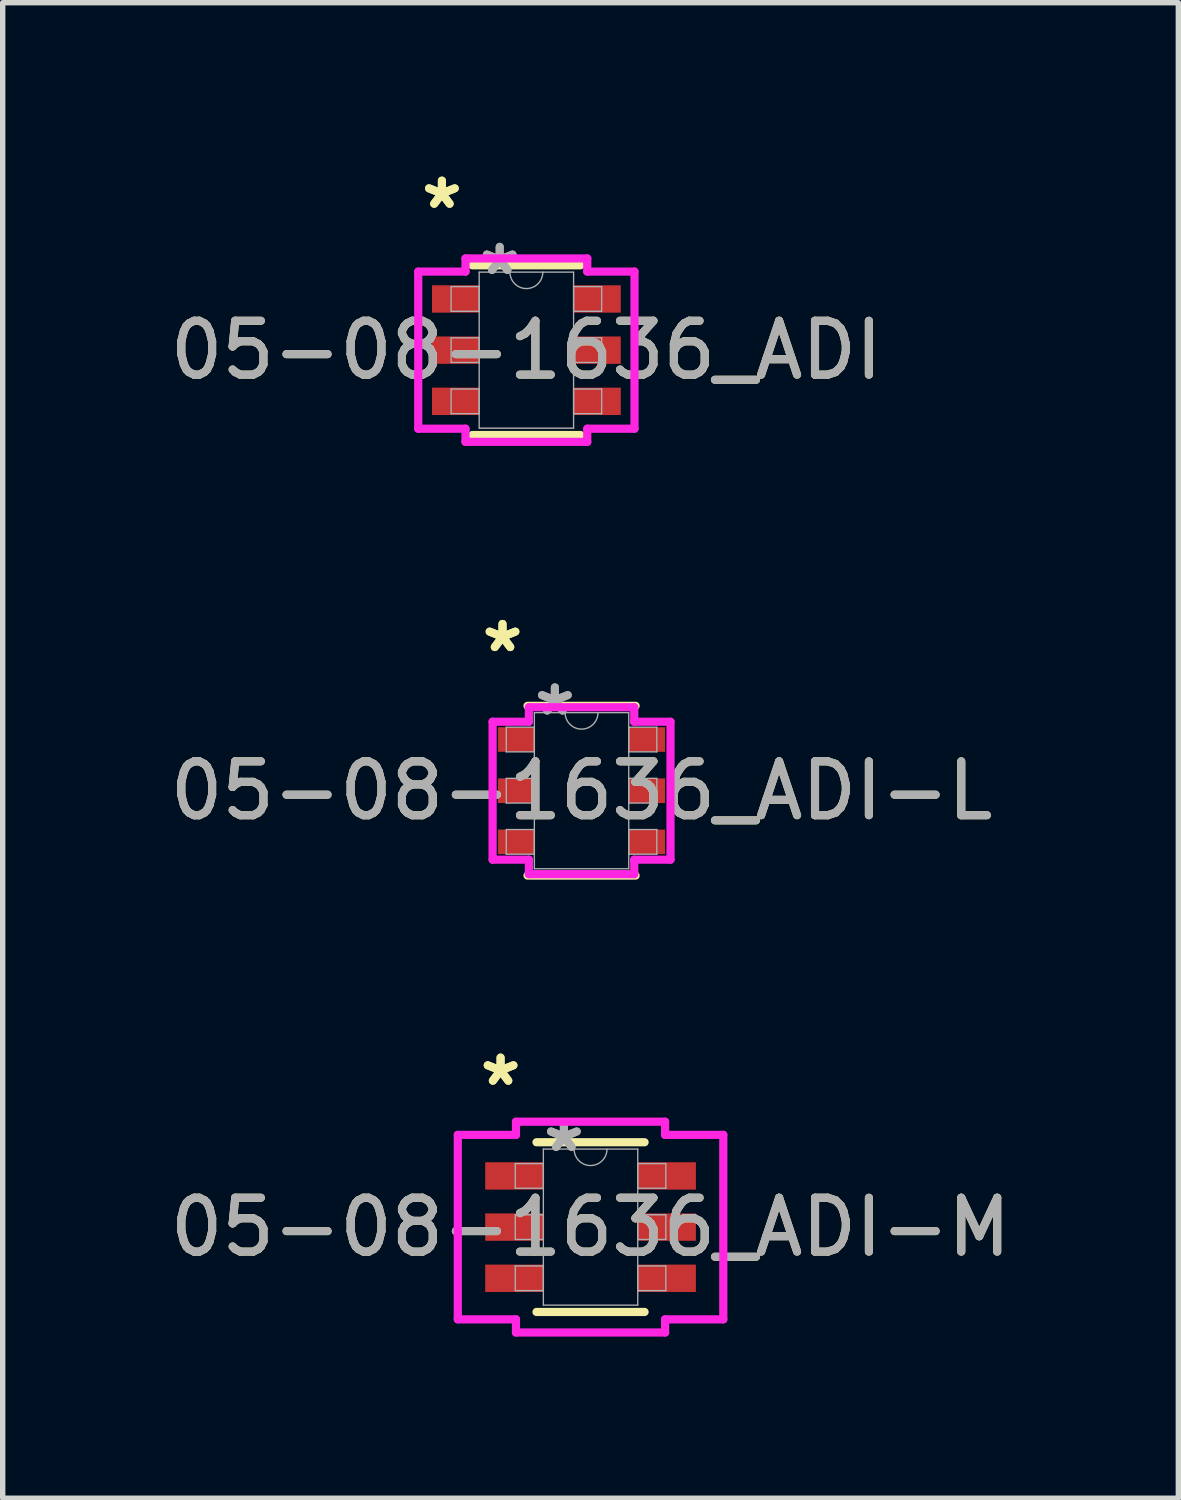
<source format=kicad_pcb>
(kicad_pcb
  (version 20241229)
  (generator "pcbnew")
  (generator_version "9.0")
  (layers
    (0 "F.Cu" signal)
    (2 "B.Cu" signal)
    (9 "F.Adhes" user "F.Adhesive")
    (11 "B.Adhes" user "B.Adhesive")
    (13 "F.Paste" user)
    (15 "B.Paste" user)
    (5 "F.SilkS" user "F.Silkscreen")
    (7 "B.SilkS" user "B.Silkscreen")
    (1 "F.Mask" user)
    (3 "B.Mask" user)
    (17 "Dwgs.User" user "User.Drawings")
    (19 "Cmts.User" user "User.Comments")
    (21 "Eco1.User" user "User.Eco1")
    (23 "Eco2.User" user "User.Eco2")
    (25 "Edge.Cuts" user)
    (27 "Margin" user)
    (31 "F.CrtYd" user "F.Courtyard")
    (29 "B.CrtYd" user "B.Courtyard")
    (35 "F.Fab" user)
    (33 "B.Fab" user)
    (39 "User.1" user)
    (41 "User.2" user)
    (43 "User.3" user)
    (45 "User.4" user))
  (footprint "05-08-1636_ADI-L"
    (layer "F.Cu")
    (at 7.744 11.626)
    (property "Reference" "05-08-1636_ADI-L" (at 0 0 0) (unlocked yes) (layer "F.SilkS") (effects (font (size 1 1) (thickness 0.15))))
    (attr smd)
    (fp_line (start -1.003 1.575) (end 1.003 1.575) (stroke (width 0.152) (type solid)) (layer "F.SilkS"))
    (fp_line (start 1.003 -1.575) (end -1.003 -1.575) (stroke (width 0.152) (type solid)) (layer "F.SilkS"))
    (fp_line (start -1.651 -1.28) (end -0.978 -1.28) (stroke (width 0.152) (type solid)) (layer "F.CrtYd"))
    (fp_line (start -1.651 1.28) (end -1.651 -1.28) (stroke (width 0.152) (type solid)) (layer "F.CrtYd"))
    (fp_line (start -1.651 1.28) (end -0.978 1.28) (stroke (width 0.152) (type solid)) (layer "F.CrtYd"))
    (fp_line (start -0.978 -1.549) (end 0.978 -1.549) (stroke (width 0.152) (type solid)) (layer "F.CrtYd"))
    (fp_line (start -0.978 -1.28) (end -0.978 -1.549) (stroke (width 0.152) (type solid)) (layer "F.CrtYd"))
    (fp_line (start -0.978 1.549) (end -0.978 1.28) (stroke (width 0.152) (type solid)) (layer "F.CrtYd"))
    (fp_line (start 0.978 -1.549) (end 0.978 -1.28) (stroke (width 0.152) (type solid)) (layer "F.CrtYd"))
    (fp_line (start 0.978 1.28) (end 0.978 1.549) (stroke (width 0.152) (type solid)) (layer "F.CrtYd"))
    (fp_line (start 0.978 1.549) (end -0.978 1.549) (stroke (width 0.152) (type solid)) (layer "F.CrtYd"))
    (fp_line (start 1.651 -1.28) (end 0.978 -1.28) (stroke (width 0.152) (type solid)) (layer "F.CrtYd"))
    (fp_line (start 1.651 -1.28) (end 1.651 1.28) (stroke (width 0.152) (type solid)) (layer "F.CrtYd"))
    (fp_line (start 1.651 1.28) (end 0.978 1.28) (stroke (width 0.152) (type solid)) (layer "F.CrtYd"))
    (fp_line (start -1.397 -1.179) (end -1.397 -0.721) (stroke (width 0.025) (type solid)) (layer "F.Fab"))
    (fp_line (start -1.397 -0.721) (end -0.876 -0.721) (stroke (width 0.025) (type solid)) (layer "F.Fab"))
    (fp_line (start -1.397 -0.229) (end -1.397 0.229) (stroke (width 0.025) (type solid)) (layer "F.Fab"))
    (fp_line (start -1.397 0.229) (end -0.876 0.229) (stroke (width 0.025) (type solid)) (layer "F.Fab"))
    (fp_line (start -1.397 0.721) (end -1.397 1.179) (stroke (width 0.025) (type solid)) (layer "F.Fab"))
    (fp_line (start -1.397 1.179) (end -0.876 1.179) (stroke (width 0.025) (type solid)) (layer "F.Fab"))
    (fp_line (start -0.876 -1.448) (end -0.876 1.448) (stroke (width 0.025) (type solid)) (layer "F.Fab"))
    (fp_line (start -0.876 -1.179) (end -1.397 -1.179) (stroke (width 0.025) (type solid)) (layer "F.Fab"))
    (fp_line (start -0.876 -0.721) (end -0.876 -1.179) (stroke (width 0.025) (type solid)) (layer "F.Fab"))
    (fp_line (start -0.876 -0.229) (end -1.397 -0.229) (stroke (width 0.025) (type solid)) (layer "F.Fab"))
    (fp_line (start -0.876 0.229) (end -0.876 -0.229) (stroke (width 0.025) (type solid)) (layer "F.Fab"))
    (fp_line (start -0.876 0.721) (end -1.397 0.721) (stroke (width 0.025) (type solid)) (layer "F.Fab"))
    (fp_line (start -0.876 1.179) (end -0.876 0.721) (stroke (width 0.025) (type solid)) (layer "F.Fab"))
    (fp_line (start -0.876 1.448) (end 0.876 1.448) (stroke (width 0.025) (type solid)) (layer "F.Fab"))
    (fp_line (start 0.876 -1.448) (end -0.876 -1.448) (stroke (width 0.025) (type solid)) (layer "F.Fab"))
    (fp_line (start 0.876 -1.179) (end 0.876 -0.721) (stroke (width 0.025) (type solid)) (layer "F.Fab"))
    (fp_line (start 0.876 -0.721) (end 1.397 -0.721) (stroke (width 0.025) (type solid)) (layer "F.Fab"))
    (fp_line (start 0.876 -0.229) (end 0.876 0.229) (stroke (width 0.025) (type solid)) (layer "F.Fab"))
    (fp_line (start 0.876 0.229) (end 1.397 0.229) (stroke (width 0.025) (type solid)) (layer "F.Fab"))
    (fp_line (start 0.876 0.721) (end 0.876 1.179) (stroke (width 0.025) (type solid)) (layer "F.Fab"))
    (fp_line (start 0.876 1.179) (end 1.397 1.179) (stroke (width 0.025) (type solid)) (layer "F.Fab"))
    (fp_line (start 0.876 1.448) (end 0.876 -1.448) (stroke (width 0.025) (type solid)) (layer "F.Fab"))
    (fp_line (start 1.397 -1.179) (end 0.876 -1.179) (stroke (width 0.025) (type solid)) (layer "F.Fab"))
    (fp_line (start 1.397 -0.721) (end 1.397 -1.179) (stroke (width 0.025) (type solid)) (layer "F.Fab"))
    (fp_line (start 1.397 -0.229) (end 0.876 -0.229) (stroke (width 0.025) (type solid)) (layer "F.Fab"))
    (fp_line (start 1.397 0.229) (end 1.397 -0.229) (stroke (width 0.025) (type solid)) (layer "F.Fab"))
    (fp_line (start 1.397 0.721) (end 0.876 0.721) (stroke (width 0.025) (type solid)) (layer "F.Fab"))
    (fp_line (start 1.397 1.179) (end 1.397 0.721) (stroke (width 0.025) (type solid)) (layer "F.Fab"))
    (fp_arc (start 0.3048 -1.4478) (mid 0 -1.143) (end -0.3048 -1.4478) (stroke (width 0.0254) (type solid)) (layer "F.Fab"))
    (fp_text user "*" (at -1.467 -2.55 0) (unlocked yes) (layer "F.SilkS") (effects (font (size 1 1) (thickness 0.15))))
    (fp_text user "*" (at -1.467 -2.55 0) (layer "F.SilkS") (effects (font (size 1 1) (thickness 0.15))))
    (fp_text user "*" (at -0.495 -1.372 0) (layer "F.Fab") (effects (font (size 1 1) (thickness 0.15))))
    (fp_text user "*" (at -0.495 -1.372 0) (unlocked yes) (layer "F.Fab") (effects (font (size 1 1) (thickness 0.15))))
    (fp_text user "${REFERENCE}" (at 0 0 0) (unlocked yes) (layer "F.Fab") (effects (font (size 1 1) (thickness 0.15))))
    (pad "1" smd rect (at -1.213 -0.95) (size 0.673 0.457) (layers "F.Cu" "F.Mask" "F.Paste"))
    (pad "2" smd rect (at -1.213 0) (size 0.673 0.457) (layers "F.Cu" "F.Mask" "F.Paste"))
    (pad "3" smd rect (at -1.213 0.95) (size 0.673 0.457) (layers "F.Cu" "F.Mask" "F.Paste"))
    (pad "4" smd rect (at 1.213 0.95) (size 0.673 0.457) (layers "F.Cu" "F.Mask" "F.Paste"))
    (pad "5" smd rect (at 1.213 0) (size 0.673 0.457) (layers "F.Cu" "F.Mask" "F.Paste"))
    (pad "6" smd rect (at 1.213 -0.95) (size 0.673 0.457) (layers "F.Cu" "F.Mask" "F.Paste")))
  (footprint "05-08-1636_ADI"
    (layer "F.Cu")
    (at 6.72 3.449)
    (property "Reference" "05-08-1636_ADI" (at 0 0 0) (unlocked yes) (layer "F.SilkS") (effects (font (size 1 1) (thickness 0.15))))
    (attr smd)
    (fp_line (start -1.003 1.575) (end 1.003 1.575) (stroke (width 0.152) (type solid)) (layer "F.SilkS"))
    (fp_line (start 1.003 -1.575) (end -1.003 -1.575) (stroke (width 0.152) (type solid)) (layer "F.SilkS"))
    (fp_line (start -2.007 -1.458) (end -1.13 -1.458) (stroke (width 0.152) (type solid)) (layer "F.CrtYd"))
    (fp_line (start -2.007 1.458) (end -2.007 -1.458) (stroke (width 0.152) (type solid)) (layer "F.CrtYd"))
    (fp_line (start -2.007 1.458) (end -1.13 1.458) (stroke (width 0.152) (type solid)) (layer "F.CrtYd"))
    (fp_line (start -1.13 -1.702) (end 1.13 -1.702) (stroke (width 0.152) (type solid)) (layer "F.CrtYd"))
    (fp_line (start -1.13 -1.458) (end -1.13 -1.702) (stroke (width 0.152) (type solid)) (layer "F.CrtYd"))
    (fp_line (start -1.13 1.702) (end -1.13 1.458) (stroke (width 0.152) (type solid)) (layer "F.CrtYd"))
    (fp_line (start 1.13 -1.702) (end 1.13 -1.458) (stroke (width 0.152) (type solid)) (layer "F.CrtYd"))
    (fp_line (start 1.13 1.458) (end 1.13 1.702) (stroke (width 0.152) (type solid)) (layer "F.CrtYd"))
    (fp_line (start 1.13 1.702) (end -1.13 1.702) (stroke (width 0.152) (type solid)) (layer "F.CrtYd"))
    (fp_line (start 2.007 -1.458) (end 1.13 -1.458) (stroke (width 0.152) (type solid)) (layer "F.CrtYd"))
    (fp_line (start 2.007 -1.458) (end 2.007 1.458) (stroke (width 0.152) (type solid)) (layer "F.CrtYd"))
    (fp_line (start 2.007 1.458) (end 1.13 1.458) (stroke (width 0.152) (type solid)) (layer "F.CrtYd"))
    (fp_line (start -1.397 -1.179) (end -1.397 -0.721) (stroke (width 0.025) (type solid)) (layer "F.Fab"))
    (fp_line (start -1.397 -0.721) (end -0.876 -0.721) (stroke (width 0.025) (type solid)) (layer "F.Fab"))
    (fp_line (start -1.397 -0.229) (end -1.397 0.229) (stroke (width 0.025) (type solid)) (layer "F.Fab"))
    (fp_line (start -1.397 0.229) (end -0.876 0.229) (stroke (width 0.025) (type solid)) (layer "F.Fab"))
    (fp_line (start -1.397 0.721) (end -1.397 1.179) (stroke (width 0.025) (type solid)) (layer "F.Fab"))
    (fp_line (start -1.397 1.179) (end -0.876 1.179) (stroke (width 0.025) (type solid)) (layer "F.Fab"))
    (fp_line (start -0.876 -1.448) (end -0.876 1.448) (stroke (width 0.025) (type solid)) (layer "F.Fab"))
    (fp_line (start -0.876 -1.179) (end -1.397 -1.179) (stroke (width 0.025) (type solid)) (layer "F.Fab"))
    (fp_line (start -0.876 -0.721) (end -0.876 -1.179) (stroke (width 0.025) (type solid)) (layer "F.Fab"))
    (fp_line (start -0.876 -0.229) (end -1.397 -0.229) (stroke (width 0.025) (type solid)) (layer "F.Fab"))
    (fp_line (start -0.876 0.229) (end -0.876 -0.229) (stroke (width 0.025) (type solid)) (layer "F.Fab"))
    (fp_line (start -0.876 0.721) (end -1.397 0.721) (stroke (width 0.025) (type solid)) (layer "F.Fab"))
    (fp_line (start -0.876 1.179) (end -0.876 0.721) (stroke (width 0.025) (type solid)) (layer "F.Fab"))
    (fp_line (start -0.876 1.448) (end 0.876 1.448) (stroke (width 0.025) (type solid)) (layer "F.Fab"))
    (fp_line (start 0.876 -1.448) (end -0.876 -1.448) (stroke (width 0.025) (type solid)) (layer "F.Fab"))
    (fp_line (start 0.876 -1.179) (end 0.876 -0.721) (stroke (width 0.025) (type solid)) (layer "F.Fab"))
    (fp_line (start 0.876 -0.721) (end 1.397 -0.721) (stroke (width 0.025) (type solid)) (layer "F.Fab"))
    (fp_line (start 0.876 -0.229) (end 0.876 0.229) (stroke (width 0.025) (type solid)) (layer "F.Fab"))
    (fp_line (start 0.876 0.229) (end 1.397 0.229) (stroke (width 0.025) (type solid)) (layer "F.Fab"))
    (fp_line (start 0.876 0.721) (end 0.876 1.179) (stroke (width 0.025) (type solid)) (layer "F.Fab"))
    (fp_line (start 0.876 1.179) (end 1.397 1.179) (stroke (width 0.025) (type solid)) (layer "F.Fab"))
    (fp_line (start 0.876 1.448) (end 0.876 -1.448) (stroke (width 0.025) (type solid)) (layer "F.Fab"))
    (fp_line (start 1.397 -1.179) (end 0.876 -1.179) (stroke (width 0.025) (type solid)) (layer "F.Fab"))
    (fp_line (start 1.397 -0.721) (end 1.397 -1.179) (stroke (width 0.025) (type solid)) (layer "F.Fab"))
    (fp_line (start 1.397 -0.229) (end 0.876 -0.229) (stroke (width 0.025) (type solid)) (layer "F.Fab"))
    (fp_line (start 1.397 0.229) (end 1.397 -0.229) (stroke (width 0.025) (type solid)) (layer "F.Fab"))
    (fp_line (start 1.397 0.721) (end 0.876 0.721) (stroke (width 0.025) (type solid)) (layer "F.Fab"))
    (fp_line (start 1.397 1.179) (end 1.397 0.721) (stroke (width 0.025) (type solid)) (layer "F.Fab"))
    (fp_arc (start 0.3048 -1.4478) (mid 0 -1.143) (end -0.3048 -1.4478) (stroke (width 0.0254) (type solid)) (layer "F.Fab"))
    (fp_text user "*" (at -1.568 -2.601 0) (unlocked yes) (layer "F.SilkS") (effects (font (size 1 1) (thickness 0.15))))
    (fp_text user "*" (at -1.568 -2.601 0) (layer "F.SilkS") (effects (font (size 1 1) (thickness 0.15))))
    (fp_text user "*" (at -0.495 -1.372 0) (unlocked yes) (layer "F.Fab") (effects (font (size 1 1) (thickness 0.15))))
    (fp_text user "*" (at -0.495 -1.372 0) (layer "F.Fab") (effects (font (size 1 1) (thickness 0.15))))
    (fp_text user "${REFERENCE}" (at 0 0 0) (unlocked yes) (layer "F.Fab") (effects (font (size 1 1) (thickness 0.15))))
    (pad "1" smd rect (at -1.314 -0.95) (size 0.876 0.508) (layers "F.Cu" "F.Mask" "F.Paste"))
    (pad "2" smd rect (at -1.314 0) (size 0.876 0.508) (layers "F.Cu" "F.Mask" "F.Paste"))
    (pad "3" smd rect (at -1.314 0.95) (size 0.876 0.508) (layers "F.Cu" "F.Mask" "F.Paste"))
    (pad "4" smd rect (at 1.314 0.95) (size 0.876 0.508) (layers "F.Cu" "F.Mask" "F.Paste"))
    (pad "5" smd rect (at 1.314 0) (size 0.876 0.508) (layers "F.Cu" "F.Mask" "F.Paste"))
    (pad "6" smd rect (at 1.314 -0.95) (size 0.876 0.508) (layers "F.Cu" "F.Mask" "F.Paste")))
  (footprint "05-08-1636_ADI-M"
    (layer "F.Cu")
    (at 7.911 19.726)
    (property "Reference" "05-08-1636_ADI-M" (at 0 0 0) (unlocked yes) (layer "F.SilkS") (effects (font (size 1 1) (thickness 0.15))))
    (attr smd)
    (fp_line (start -1.003 1.575) (end 1.003 1.575) (stroke (width 0.152) (type solid)) (layer "F.SilkS"))
    (fp_line (start 1.003 -1.575) (end -1.003 -1.575) (stroke (width 0.152) (type solid)) (layer "F.SilkS"))
    (fp_line (start -2.464 -1.712) (end -1.384 -1.712) (stroke (width 0.152) (type solid)) (layer "F.CrtYd"))
    (fp_line (start -2.464 1.712) (end -2.464 -1.712) (stroke (width 0.152) (type solid)) (layer "F.CrtYd"))
    (fp_line (start -2.464 1.712) (end -1.384 1.712) (stroke (width 0.152) (type solid)) (layer "F.CrtYd"))
    (fp_line (start -1.384 -1.956) (end 1.384 -1.956) (stroke (width 0.152) (type solid)) (layer "F.CrtYd"))
    (fp_line (start -1.384 -1.712) (end -1.384 -1.956) (stroke (width 0.152) (type solid)) (layer "F.CrtYd"))
    (fp_line (start -1.384 1.956) (end -1.384 1.712) (stroke (width 0.152) (type solid)) (layer "F.CrtYd"))
    (fp_line (start 1.384 -1.956) (end 1.384 -1.712) (stroke (width 0.152) (type solid)) (layer "F.CrtYd"))
    (fp_line (start 1.384 1.712) (end 1.384 1.956) (stroke (width 0.152) (type solid)) (layer "F.CrtYd"))
    (fp_line (start 1.384 1.956) (end -1.384 1.956) (stroke (width 0.152) (type solid)) (layer "F.CrtYd"))
    (fp_line (start 2.464 -1.712) (end 1.384 -1.712) (stroke (width 0.152) (type solid)) (layer "F.CrtYd"))
    (fp_line (start 2.464 -1.712) (end 2.464 1.712) (stroke (width 0.152) (type solid)) (layer "F.CrtYd"))
    (fp_line (start 2.464 1.712) (end 1.384 1.712) (stroke (width 0.152) (type solid)) (layer "F.CrtYd"))
    (fp_line (start -1.397 -1.179) (end -1.397 -0.721) (stroke (width 0.025) (type solid)) (layer "F.Fab"))
    (fp_line (start -1.397 -0.721) (end -0.876 -0.721) (stroke (width 0.025) (type solid)) (layer "F.Fab"))
    (fp_line (start -1.397 -0.229) (end -1.397 0.229) (stroke (width 0.025) (type solid)) (layer "F.Fab"))
    (fp_line (start -1.397 0.229) (end -0.876 0.229) (stroke (width 0.025) (type solid)) (layer "F.Fab"))
    (fp_line (start -1.397 0.721) (end -1.397 1.179) (stroke (width 0.025) (type solid)) (layer "F.Fab"))
    (fp_line (start -1.397 1.179) (end -0.876 1.179) (stroke (width 0.025) (type solid)) (layer "F.Fab"))
    (fp_line (start -0.876 -1.448) (end -0.876 1.448) (stroke (width 0.025) (type solid)) (layer "F.Fab"))
    (fp_line (start -0.876 -1.179) (end -1.397 -1.179) (stroke (width 0.025) (type solid)) (layer "F.Fab"))
    (fp_line (start -0.876 -0.721) (end -0.876 -1.179) (stroke (width 0.025) (type solid)) (layer "F.Fab"))
    (fp_line (start -0.876 -0.229) (end -1.397 -0.229) (stroke (width 0.025) (type solid)) (layer "F.Fab"))
    (fp_line (start -0.876 0.229) (end -0.876 -0.229) (stroke (width 0.025) (type solid)) (layer "F.Fab"))
    (fp_line (start -0.876 0.721) (end -1.397 0.721) (stroke (width 0.025) (type solid)) (layer "F.Fab"))
    (fp_line (start -0.876 1.179) (end -0.876 0.721) (stroke (width 0.025) (type solid)) (layer "F.Fab"))
    (fp_line (start -0.876 1.448) (end 0.876 1.448) (stroke (width 0.025) (type solid)) (layer "F.Fab"))
    (fp_line (start 0.876 -1.448) (end -0.876 -1.448) (stroke (width 0.025) (type solid)) (layer "F.Fab"))
    (fp_line (start 0.876 -1.179) (end 0.876 -0.721) (stroke (width 0.025) (type solid)) (layer "F.Fab"))
    (fp_line (start 0.876 -0.721) (end 1.397 -0.721) (stroke (width 0.025) (type solid)) (layer "F.Fab"))
    (fp_line (start 0.876 -0.229) (end 0.876 0.229) (stroke (width 0.025) (type solid)) (layer "F.Fab"))
    (fp_line (start 0.876 0.229) (end 1.397 0.229) (stroke (width 0.025) (type solid)) (layer "F.Fab"))
    (fp_line (start 0.876 0.721) (end 0.876 1.179) (stroke (width 0.025) (type solid)) (layer "F.Fab"))
    (fp_line (start 0.876 1.179) (end 1.397 1.179) (stroke (width 0.025) (type solid)) (layer "F.Fab"))
    (fp_line (start 0.876 1.448) (end 0.876 -1.448) (stroke (width 0.025) (type solid)) (layer "F.Fab"))
    (fp_line (start 1.397 -1.179) (end 0.876 -1.179) (stroke (width 0.025) (type solid)) (layer "F.Fab"))
    (fp_line (start 1.397 -0.721) (end 1.397 -1.179) (stroke (width 0.025) (type solid)) (layer "F.Fab"))
    (fp_line (start 1.397 -0.229) (end 0.876 -0.229) (stroke (width 0.025) (type solid)) (layer "F.Fab"))
    (fp_line (start 1.397 0.229) (end 1.397 -0.229) (stroke (width 0.025) (type solid)) (layer "F.Fab"))
    (fp_line (start 1.397 0.721) (end 0.876 0.721) (stroke (width 0.025) (type solid)) (layer "F.Fab"))
    (fp_line (start 1.397 1.179) (end 1.397 0.721) (stroke (width 0.025) (type solid)) (layer "F.Fab"))
    (fp_arc (start 0.3048 -1.4478) (mid 0 -1.143) (end -0.3048 -1.4478) (stroke (width 0.0254) (type solid)) (layer "F.Fab"))
    (fp_text user "*" (at -1.67 -2.601 0) (layer "F.SilkS") (effects (font (size 1 1) (thickness 0.15))))
    (fp_text user "*" (at -1.67 -2.601 0) (unlocked yes) (layer "F.SilkS") (effects (font (size 1 1) (thickness 0.15))))
    (fp_text user "${REFERENCE}" (at 0 0 0) (unlocked yes) (layer "F.Fab") (effects (font (size 1 1) (thickness 0.15))))
    (fp_text user "*" (at -0.495 -1.372 0) (unlocked yes) (layer "F.Fab") (effects (font (size 1 1) (thickness 0.15))))
    (fp_text user "*" (at -0.495 -1.372 0) (layer "F.Fab") (effects (font (size 1 1) (thickness 0.15))))
    (pad "1" smd rect (at -1.416 -0.95) (size 1.079 0.508) (layers "F.Cu" "F.Mask" "F.Paste"))
    (pad "2" smd rect (at -1.416 0) (size 1.079 0.508) (layers "F.Cu" "F.Mask" "F.Paste"))
    (pad "3" smd rect (at -1.416 0.95) (size 1.079 0.508) (layers "F.Cu" "F.Mask" "F.Paste"))
    (pad "4" smd rect (at 1.416 0.95) (size 1.079 0.508) (layers "F.Cu" "F.Mask" "F.Paste"))
    (pad "5" smd rect (at 1.416 0) (size 1.079 0.508) (layers "F.Cu" "F.Mask" "F.Paste"))
    (pad "6" smd rect (at 1.416 -0.95) (size 1.079 0.508) (layers "F.Cu" "F.Mask" "F.Paste")))
  (gr_rect
    (start -3 -3)
    (end 18.821 24.758)
    (stroke (width 0.1) (type default))
    (fill no)
    (layer "Edge.Cuts")))
</source>
